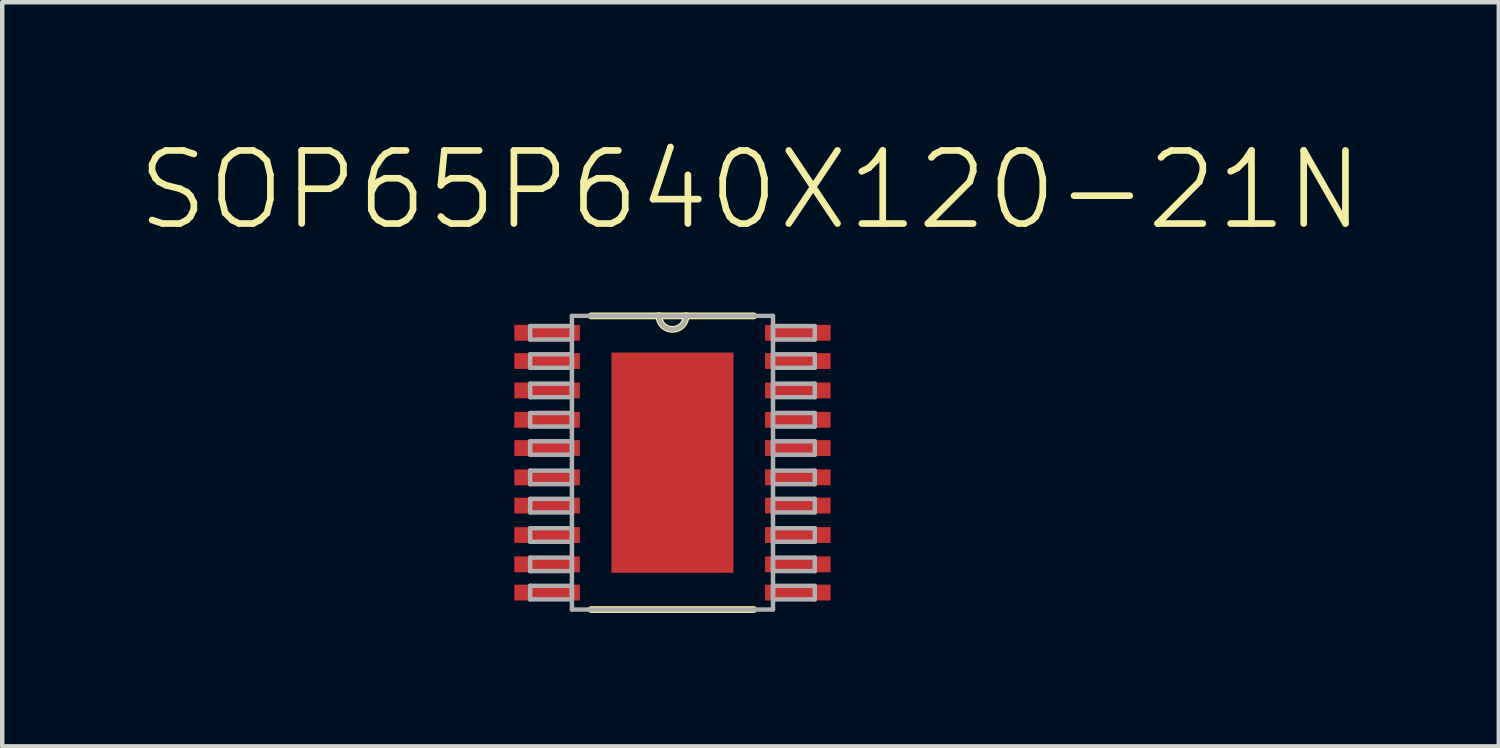
<source format=kicad_pcb>
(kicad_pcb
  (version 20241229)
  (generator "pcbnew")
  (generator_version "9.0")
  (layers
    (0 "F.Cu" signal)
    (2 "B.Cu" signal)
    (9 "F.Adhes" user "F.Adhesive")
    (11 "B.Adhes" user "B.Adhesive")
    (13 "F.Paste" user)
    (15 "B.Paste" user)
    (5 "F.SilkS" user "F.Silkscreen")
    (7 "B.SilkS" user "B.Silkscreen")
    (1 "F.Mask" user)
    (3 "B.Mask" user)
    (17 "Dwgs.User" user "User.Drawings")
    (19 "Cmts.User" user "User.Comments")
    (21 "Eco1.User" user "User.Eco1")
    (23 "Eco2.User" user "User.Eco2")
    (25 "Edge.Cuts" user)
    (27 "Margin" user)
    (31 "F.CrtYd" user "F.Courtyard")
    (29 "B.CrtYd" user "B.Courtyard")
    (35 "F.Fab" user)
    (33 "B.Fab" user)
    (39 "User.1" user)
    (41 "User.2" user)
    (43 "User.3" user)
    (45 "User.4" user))
  (footprint "SOP65P640X120-21N"
    (layer "F.Cu")
    (at 12.072 7.355)
    (property "Reference" "SOP65P640X120-21N" (at 1.755 -6.131 0) (layer "F.SilkS") (effects (font (size 1.643 1.643) (thickness 0.15))))
    (attr through_hole)
    (fp_line (start -1.829 3.302) (end 1.829 3.302) (stroke (width 0.152) (type solid)) (layer "F.SilkS"))
    (fp_line (start -0.305 -3.302) (end -1.829 -3.302) (stroke (width 0.152) (type solid)) (layer "F.SilkS"))
    (fp_line (start 0.305 -3.302) (end -0.305 -3.302) (stroke (width 0.152) (type solid)) (layer "F.SilkS"))
    (fp_line (start 1.829 -3.302) (end 0.305 -3.302) (stroke (width 0.152) (type solid)) (layer "F.SilkS"))
    (fp_arc (start 0.3048 -3.302) (mid 0 -2.9972) (end -0.3048 -3.302) (stroke (width 0.1524) (type solid)) (layer "F.SilkS"))
    (fp_line (start -3.2 -3.073) (end -3.2 -2.769) (stroke (width 0.1) (type solid)) (layer "F.Fab"))
    (fp_line (start -3.2 -2.769) (end -2.261 -2.769) (stroke (width 0.1) (type solid)) (layer "F.Fab"))
    (fp_line (start -3.2 -2.438) (end -3.2 -2.134) (stroke (width 0.1) (type solid)) (layer "F.Fab"))
    (fp_line (start -3.2 -2.134) (end -2.261 -2.134) (stroke (width 0.1) (type solid)) (layer "F.Fab"))
    (fp_line (start -3.2 -1.778) (end -3.2 -1.473) (stroke (width 0.1) (type solid)) (layer "F.Fab"))
    (fp_line (start -3.2 -1.473) (end -2.261 -1.473) (stroke (width 0.1) (type solid)) (layer "F.Fab"))
    (fp_line (start -3.2 -1.118) (end -3.2 -0.813) (stroke (width 0.1) (type solid)) (layer "F.Fab"))
    (fp_line (start -3.2 -0.813) (end -2.261 -0.813) (stroke (width 0.1) (type solid)) (layer "F.Fab"))
    (fp_line (start -3.2 -0.483) (end -3.2 -0.178) (stroke (width 0.1) (type solid)) (layer "F.Fab"))
    (fp_line (start -3.2 -0.178) (end -2.261 -0.178) (stroke (width 0.1) (type solid)) (layer "F.Fab"))
    (fp_line (start -3.2 0.178) (end -3.2 0.483) (stroke (width 0.1) (type solid)) (layer "F.Fab"))
    (fp_line (start -3.2 0.483) (end -2.261 0.483) (stroke (width 0.1) (type solid)) (layer "F.Fab"))
    (fp_line (start -3.2 0.813) (end -3.2 1.118) (stroke (width 0.1) (type solid)) (layer "F.Fab"))
    (fp_line (start -3.2 1.118) (end -2.261 1.118) (stroke (width 0.1) (type solid)) (layer "F.Fab"))
    (fp_line (start -3.2 1.473) (end -3.2 1.778) (stroke (width 0.1) (type solid)) (layer "F.Fab"))
    (fp_line (start -3.2 1.778) (end -2.261 1.778) (stroke (width 0.1) (type solid)) (layer "F.Fab"))
    (fp_line (start -3.2 2.134) (end -3.2 2.438) (stroke (width 0.1) (type solid)) (layer "F.Fab"))
    (fp_line (start -3.2 2.438) (end -2.261 2.438) (stroke (width 0.1) (type solid)) (layer "F.Fab"))
    (fp_line (start -3.2 2.769) (end -3.2 3.073) (stroke (width 0.1) (type solid)) (layer "F.Fab"))
    (fp_line (start -3.2 3.073) (end -2.261 3.073) (stroke (width 0.1) (type solid)) (layer "F.Fab"))
    (fp_line (start -2.261 -3.302) (end -2.261 3.302) (stroke (width 0.1) (type solid)) (layer "F.Fab"))
    (fp_line (start -2.261 -3.073) (end -3.2 -3.073) (stroke (width 0.1) (type solid)) (layer "F.Fab"))
    (fp_line (start -2.261 -2.769) (end -2.261 -3.073) (stroke (width 0.1) (type solid)) (layer "F.Fab"))
    (fp_line (start -2.261 -2.438) (end -3.2 -2.438) (stroke (width 0.1) (type solid)) (layer "F.Fab"))
    (fp_line (start -2.261 -2.134) (end -2.261 -2.438) (stroke (width 0.1) (type solid)) (layer "F.Fab"))
    (fp_line (start -2.261 -1.778) (end -3.2 -1.778) (stroke (width 0.1) (type solid)) (layer "F.Fab"))
    (fp_line (start -2.261 -1.473) (end -2.261 -1.778) (stroke (width 0.1) (type solid)) (layer "F.Fab"))
    (fp_line (start -2.261 -1.118) (end -3.2 -1.118) (stroke (width 0.1) (type solid)) (layer "F.Fab"))
    (fp_line (start -2.261 -0.813) (end -2.261 -1.118) (stroke (width 0.1) (type solid)) (layer "F.Fab"))
    (fp_line (start -2.261 -0.483) (end -3.2 -0.483) (stroke (width 0.1) (type solid)) (layer "F.Fab"))
    (fp_line (start -2.261 -0.178) (end -2.261 -0.483) (stroke (width 0.1) (type solid)) (layer "F.Fab"))
    (fp_line (start -2.261 0.178) (end -3.2 0.178) (stroke (width 0.1) (type solid)) (layer "F.Fab"))
    (fp_line (start -2.261 0.483) (end -2.261 0.178) (stroke (width 0.1) (type solid)) (layer "F.Fab"))
    (fp_line (start -2.261 0.813) (end -3.2 0.813) (stroke (width 0.1) (type solid)) (layer "F.Fab"))
    (fp_line (start -2.261 1.118) (end -2.261 0.813) (stroke (width 0.1) (type solid)) (layer "F.Fab"))
    (fp_line (start -2.261 1.473) (end -3.2 1.473) (stroke (width 0.1) (type solid)) (layer "F.Fab"))
    (fp_line (start -2.261 1.778) (end -2.261 1.473) (stroke (width 0.1) (type solid)) (layer "F.Fab"))
    (fp_line (start -2.261 2.134) (end -3.2 2.134) (stroke (width 0.1) (type solid)) (layer "F.Fab"))
    (fp_line (start -2.261 2.438) (end -2.261 2.134) (stroke (width 0.1) (type solid)) (layer "F.Fab"))
    (fp_line (start -2.261 2.769) (end -3.2 2.769) (stroke (width 0.1) (type solid)) (layer "F.Fab"))
    (fp_line (start -2.261 3.073) (end -2.261 2.769) (stroke (width 0.1) (type solid)) (layer "F.Fab"))
    (fp_line (start -2.261 3.302) (end 2.261 3.302) (stroke (width 0.1) (type solid)) (layer "F.Fab"))
    (fp_line (start -0.305 -3.302) (end -2.261 -3.302) (stroke (width 0.1) (type solid)) (layer "F.Fab"))
    (fp_line (start 0.305 -3.302) (end -0.305 -3.302) (stroke (width 0.1) (type solid)) (layer "F.Fab"))
    (fp_line (start 2.261 -3.302) (end 0.305 -3.302) (stroke (width 0.1) (type solid)) (layer "F.Fab"))
    (fp_line (start 2.261 -3.073) (end 2.261 -2.769) (stroke (width 0.1) (type solid)) (layer "F.Fab"))
    (fp_line (start 2.261 -2.769) (end 3.2 -2.769) (stroke (width 0.1) (type solid)) (layer "F.Fab"))
    (fp_line (start 2.261 -2.438) (end 2.261 -2.134) (stroke (width 0.1) (type solid)) (layer "F.Fab"))
    (fp_line (start 2.261 -2.134) (end 3.2 -2.134) (stroke (width 0.1) (type solid)) (layer "F.Fab"))
    (fp_line (start 2.261 -1.778) (end 2.261 -1.473) (stroke (width 0.1) (type solid)) (layer "F.Fab"))
    (fp_line (start 2.261 -1.473) (end 3.2 -1.473) (stroke (width 0.1) (type solid)) (layer "F.Fab"))
    (fp_line (start 2.261 -1.118) (end 2.261 -0.813) (stroke (width 0.1) (type solid)) (layer "F.Fab"))
    (fp_line (start 2.261 -0.813) (end 3.2 -0.813) (stroke (width 0.1) (type solid)) (layer "F.Fab"))
    (fp_line (start 2.261 -0.483) (end 2.261 -0.178) (stroke (width 0.1) (type solid)) (layer "F.Fab"))
    (fp_line (start 2.261 -0.178) (end 3.2 -0.178) (stroke (width 0.1) (type solid)) (layer "F.Fab"))
    (fp_line (start 2.261 0.178) (end 2.261 0.483) (stroke (width 0.1) (type solid)) (layer "F.Fab"))
    (fp_line (start 2.261 0.483) (end 3.2 0.483) (stroke (width 0.1) (type solid)) (layer "F.Fab"))
    (fp_line (start 2.261 0.813) (end 2.261 1.118) (stroke (width 0.1) (type solid)) (layer "F.Fab"))
    (fp_line (start 2.261 1.118) (end 3.2 1.118) (stroke (width 0.1) (type solid)) (layer "F.Fab"))
    (fp_line (start 2.261 1.473) (end 2.261 1.778) (stroke (width 0.1) (type solid)) (layer "F.Fab"))
    (fp_line (start 2.261 1.778) (end 3.2 1.778) (stroke (width 0.1) (type solid)) (layer "F.Fab"))
    (fp_line (start 2.261 2.134) (end 2.261 2.438) (stroke (width 0.1) (type solid)) (layer "F.Fab"))
    (fp_line (start 2.261 2.438) (end 3.2 2.438) (stroke (width 0.1) (type solid)) (layer "F.Fab"))
    (fp_line (start 2.261 2.769) (end 2.261 3.073) (stroke (width 0.1) (type solid)) (layer "F.Fab"))
    (fp_line (start 2.261 3.073) (end 3.2 3.073) (stroke (width 0.1) (type solid)) (layer "F.Fab"))
    (fp_line (start 2.261 3.302) (end 2.261 -3.302) (stroke (width 0.1) (type solid)) (layer "F.Fab"))
    (fp_line (start 3.2 -3.073) (end 2.261 -3.073) (stroke (width 0.1) (type solid)) (layer "F.Fab"))
    (fp_line (start 3.2 -2.769) (end 3.2 -3.073) (stroke (width 0.1) (type solid)) (layer "F.Fab"))
    (fp_line (start 3.2 -2.438) (end 2.261 -2.438) (stroke (width 0.1) (type solid)) (layer "F.Fab"))
    (fp_line (start 3.2 -2.134) (end 3.2 -2.438) (stroke (width 0.1) (type solid)) (layer "F.Fab"))
    (fp_line (start 3.2 -1.778) (end 2.261 -1.778) (stroke (width 0.1) (type solid)) (layer "F.Fab"))
    (fp_line (start 3.2 -1.473) (end 3.2 -1.778) (stroke (width 0.1) (type solid)) (layer "F.Fab"))
    (fp_line (start 3.2 -1.118) (end 2.261 -1.118) (stroke (width 0.1) (type solid)) (layer "F.Fab"))
    (fp_line (start 3.2 -0.813) (end 3.2 -1.118) (stroke (width 0.1) (type solid)) (layer "F.Fab"))
    (fp_line (start 3.2 -0.483) (end 2.261 -0.483) (stroke (width 0.1) (type solid)) (layer "F.Fab"))
    (fp_line (start 3.2 -0.178) (end 3.2 -0.483) (stroke (width 0.1) (type solid)) (layer "F.Fab"))
    (fp_line (start 3.2 0.178) (end 2.261 0.178) (stroke (width 0.1) (type solid)) (layer "F.Fab"))
    (fp_line (start 3.2 0.483) (end 3.2 0.178) (stroke (width 0.1) (type solid)) (layer "F.Fab"))
    (fp_line (start 3.2 0.813) (end 2.261 0.813) (stroke (width 0.1) (type solid)) (layer "F.Fab"))
    (fp_line (start 3.2 1.118) (end 3.2 0.813) (stroke (width 0.1) (type solid)) (layer "F.Fab"))
    (fp_line (start 3.2 1.473) (end 2.261 1.473) (stroke (width 0.1) (type solid)) (layer "F.Fab"))
    (fp_line (start 3.2 1.778) (end 3.2 1.473) (stroke (width 0.1) (type solid)) (layer "F.Fab"))
    (fp_line (start 3.2 2.134) (end 2.261 2.134) (stroke (width 0.1) (type solid)) (layer "F.Fab"))
    (fp_line (start 3.2 2.438) (end 3.2 2.134) (stroke (width 0.1) (type solid)) (layer "F.Fab"))
    (fp_line (start 3.2 2.769) (end 2.261 2.769) (stroke (width 0.1) (type solid)) (layer "F.Fab"))
    (fp_line (start 3.2 3.073) (end 3.2 2.769) (stroke (width 0.1) (type solid)) (layer "F.Fab"))
    (fp_arc (start 0.3048 -3.302) (mid 0 -2.9972) (end -0.3048 -3.302) (stroke (width 0.1) (type solid)) (layer "F.Fab"))
    (pad "1" smd rect (at -2.819 -2.921) (size 1.473 0.356) (layers "F.Cu" "F.Mask" "F.Paste"))
    (pad "2" smd rect (at -2.819 -2.286) (size 1.473 0.356) (layers "F.Cu" "F.Mask" "F.Paste"))
    (pad "3" smd rect (at -2.819 -1.626) (size 1.473 0.356) (layers "F.Cu" "F.Mask" "F.Paste"))
    (pad "4" smd rect (at -2.819 -0.965) (size 1.473 0.356) (layers "F.Cu" "F.Mask" "F.Paste"))
    (pad "5" smd rect (at -2.819 -0.33) (size 1.473 0.356) (layers "F.Cu" "F.Mask" "F.Paste"))
    (pad "6" smd rect (at -2.819 0.33) (size 1.473 0.356) (layers "F.Cu" "F.Mask" "F.Paste"))
    (pad "7" smd rect (at -2.819 0.965) (size 1.473 0.356) (layers "F.Cu" "F.Mask" "F.Paste"))
    (pad "8" smd rect (at -2.819 1.626) (size 1.473 0.356) (layers "F.Cu" "F.Mask" "F.Paste"))
    (pad "9" smd rect (at -2.819 2.286) (size 1.473 0.356) (layers "F.Cu" "F.Mask" "F.Paste"))
    (pad "10" smd rect (at -2.819 2.921) (size 1.473 0.356) (layers "F.Cu" "F.Mask" "F.Paste"))
    (pad "11" smd rect (at 2.819 2.921) (size 1.473 0.356) (layers "F.Cu" "F.Mask" "F.Paste"))
    (pad "12" smd rect (at 2.819 2.286) (size 1.473 0.356) (layers "F.Cu" "F.Mask" "F.Paste"))
    (pad "13" smd rect (at 2.819 1.626) (size 1.473 0.356) (layers "F.Cu" "F.Mask" "F.Paste"))
    (pad "14" smd rect (at 2.819 0.965) (size 1.473 0.356) (layers "F.Cu" "F.Mask" "F.Paste"))
    (pad "15" smd rect (at 2.819 0.33) (size 1.473 0.356) (layers "F.Cu" "F.Mask" "F.Paste"))
    (pad "16" smd rect (at 2.819 -0.33) (size 1.473 0.356) (layers "F.Cu" "F.Mask" "F.Paste"))
    (pad "17" smd rect (at 2.819 -0.965) (size 1.473 0.356) (layers "F.Cu" "F.Mask" "F.Paste"))
    (pad "18" smd rect (at 2.819 -1.626) (size 1.473 0.356) (layers "F.Cu" "F.Mask" "F.Paste"))
    (pad "19" smd rect (at 2.819 -2.286) (size 1.473 0.356) (layers "F.Cu" "F.Mask" "F.Paste"))
    (pad "20" smd rect (at 2.819 -2.921) (size 1.473 0.356) (layers "F.Cu" "F.Mask" "F.Paste"))
    (pad "21" smd rect (at 0 0) (size 2.743 4.953) (layers "F.Cu" "F.Mask" "F.Paste")))
  (gr_rect
    (start -3 -3)
    (end 30.654 13.733)
    (stroke (width 0.1) (type default))
    (fill no)
    (layer "Edge.Cuts")))
</source>
